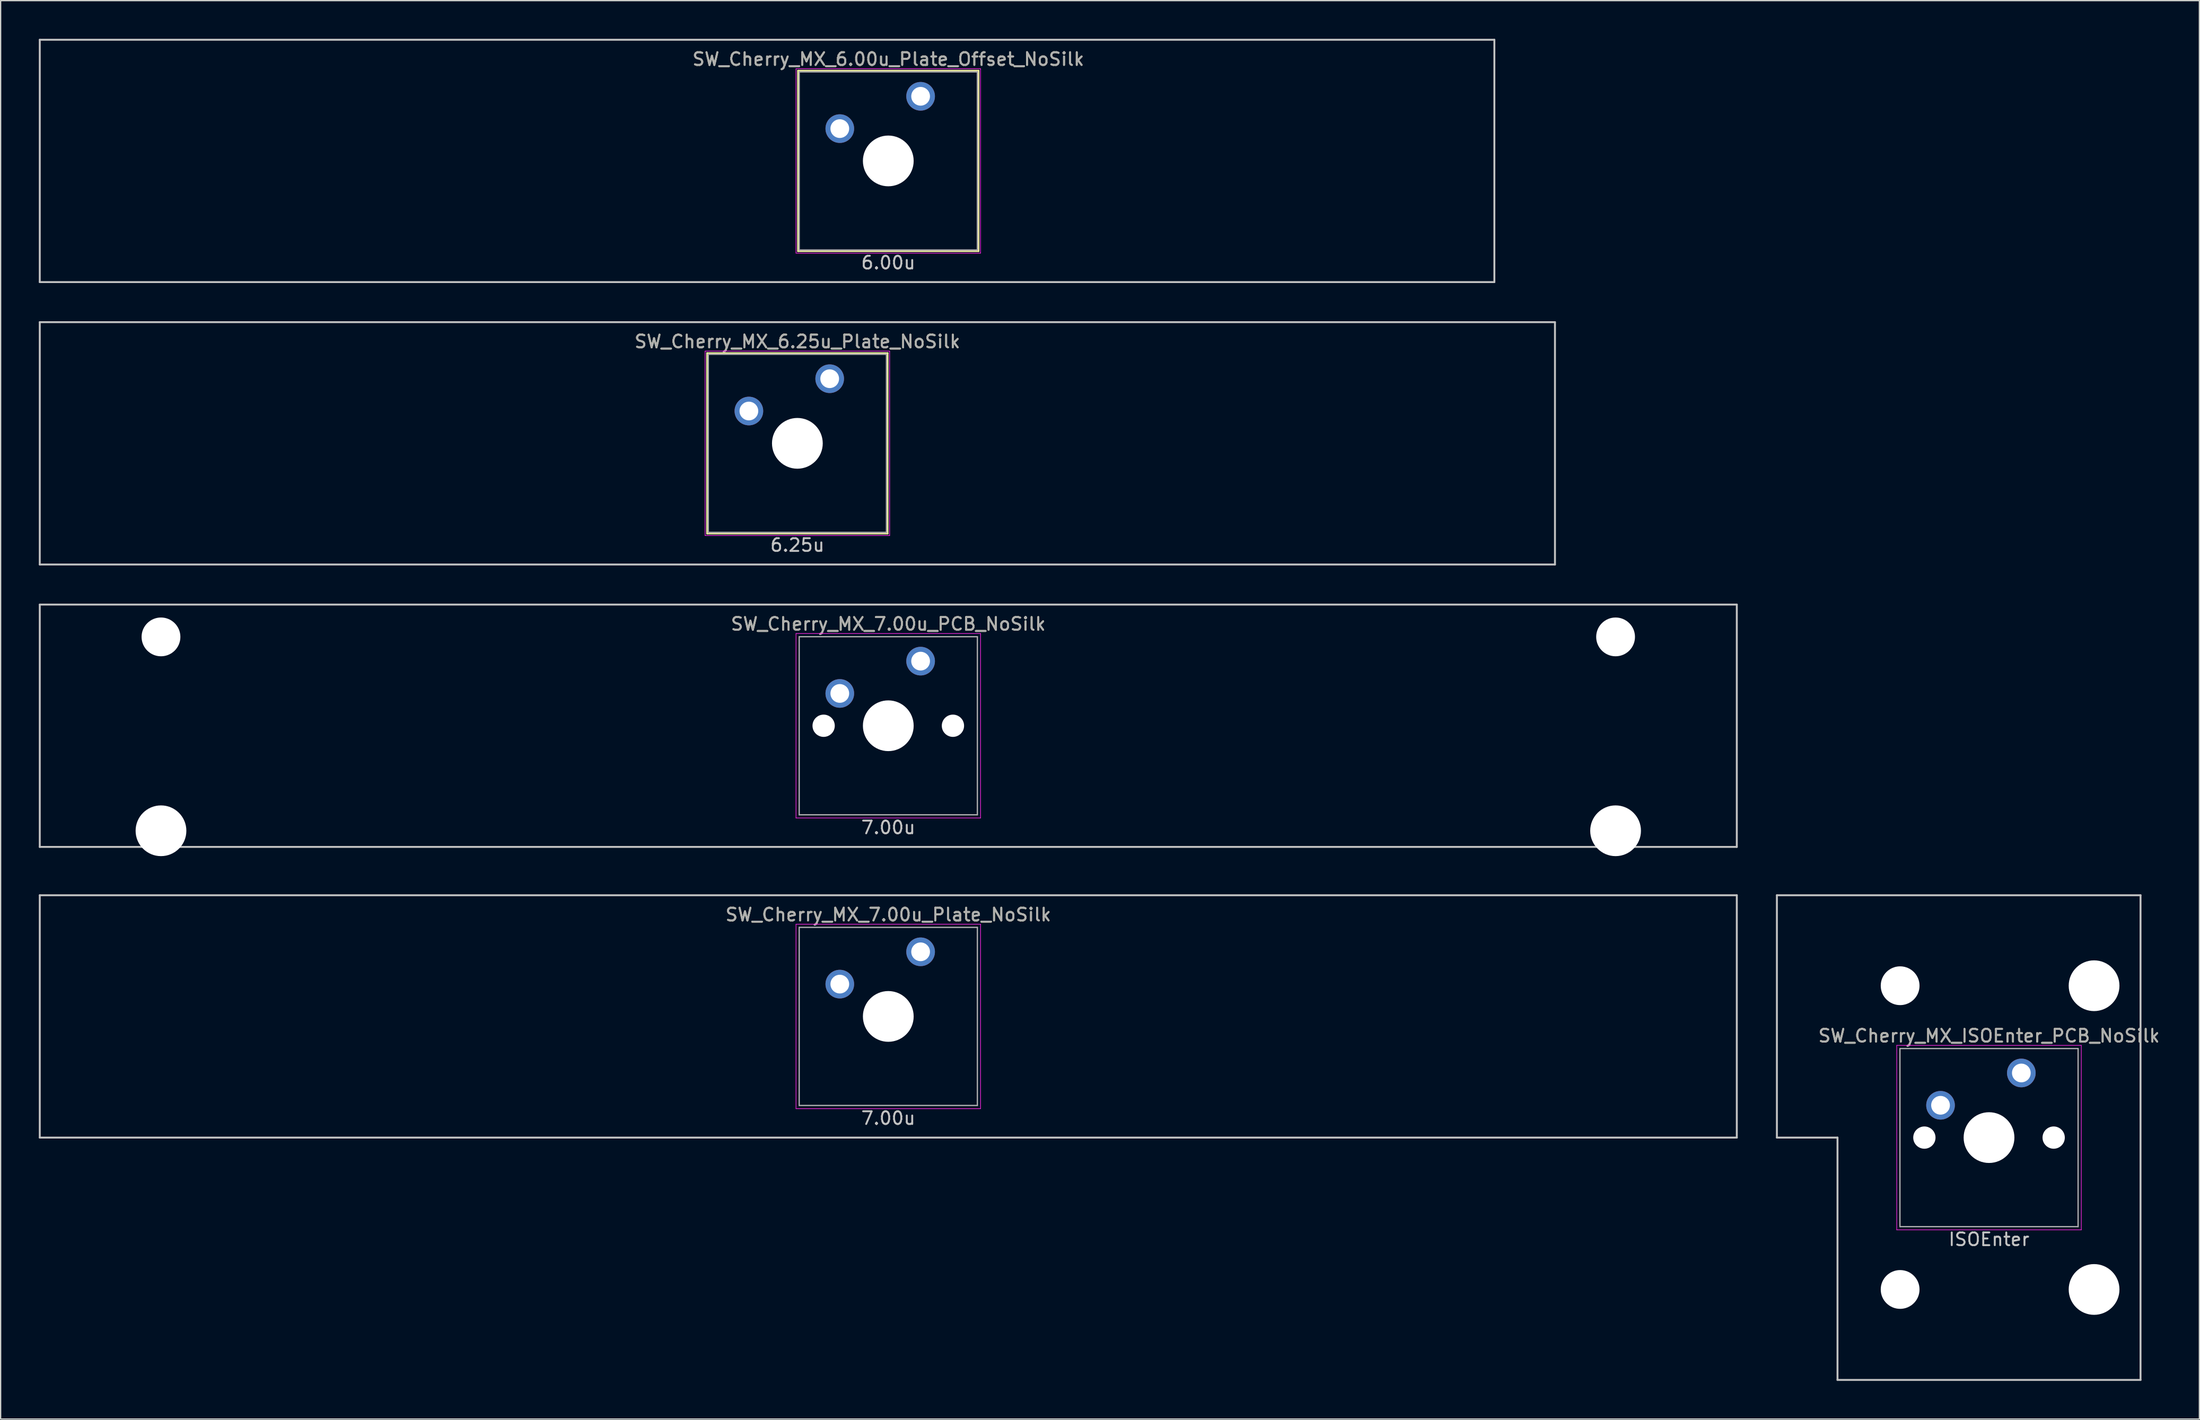
<source format=kicad_pcb>
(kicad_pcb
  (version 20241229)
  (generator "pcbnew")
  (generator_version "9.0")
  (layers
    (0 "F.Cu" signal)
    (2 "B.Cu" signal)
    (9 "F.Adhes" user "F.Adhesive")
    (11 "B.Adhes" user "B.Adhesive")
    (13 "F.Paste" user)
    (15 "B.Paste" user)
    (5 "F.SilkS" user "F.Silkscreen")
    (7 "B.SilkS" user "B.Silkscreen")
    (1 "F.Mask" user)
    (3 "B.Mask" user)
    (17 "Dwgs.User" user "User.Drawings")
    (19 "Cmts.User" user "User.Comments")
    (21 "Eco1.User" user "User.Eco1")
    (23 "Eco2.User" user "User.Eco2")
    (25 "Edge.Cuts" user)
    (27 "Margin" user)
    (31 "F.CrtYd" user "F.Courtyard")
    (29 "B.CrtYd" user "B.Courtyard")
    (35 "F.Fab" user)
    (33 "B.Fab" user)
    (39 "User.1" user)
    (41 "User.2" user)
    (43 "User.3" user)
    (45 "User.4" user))
  (footprint "SW_Cherry_MX_7.00u_Plate_NoSilk"
    (layer "F.Cu")
    (at 66.75 76.849)
    (property "Reference" "SW_Cherry_MX_7.00u_Plate_NoSilk" (at 0 -8 0) (layer "F.SilkS") (effects (font (size 1 1) (thickness 0.15))))
    (attr through_hole)
    (fp_line (start -66.675 -9.525) (end 66.675 -9.525) (stroke (width 0.15) (type solid)) (layer "Dwgs.User"))
    (fp_line (start -66.675 9.525) (end -66.675 -9.525) (stroke (width 0.15) (type solid)) (layer "Dwgs.User"))
    (fp_line (start -66.675 9.525) (end 66.675 9.525) (stroke (width 0.15) (type solid)) (layer "Dwgs.User"))
    (fp_line (start 66.675 -9.525) (end 66.675 9.525) (stroke (width 0.15) (type solid)) (layer "Dwgs.User"))
    (fp_line (start -7.25 -7.25) (end 7.25 -7.25) (stroke (width 0.05) (type solid)) (layer "F.CrtYd"))
    (fp_line (start -7.25 7.25) (end -7.25 -7.25) (stroke (width 0.05) (type solid)) (layer "F.CrtYd"))
    (fp_line (start 7.25 -7.25) (end 7.25 7.25) (stroke (width 0.05) (type solid)) (layer "F.CrtYd"))
    (fp_line (start 7.25 7.25) (end -7.25 7.25) (stroke (width 0.05) (type solid)) (layer "F.CrtYd"))
    (fp_line (start -7 -7) (end 7 -7) (stroke (width 0.1) (type solid)) (layer "F.Fab"))
    (fp_line (start -7 7) (end -7 -7) (stroke (width 0.1) (type solid)) (layer "F.Fab"))
    (fp_line (start 7 -7) (end 7 7) (stroke (width 0.1) (type solid)) (layer "F.Fab"))
    (fp_line (start 7 7) (end -7 7) (stroke (width 0.1) (type solid)) (layer "F.Fab"))
    (fp_text user "7.00u" (at 0 8 0) (layer "Dwgs.User") (effects (font (size 1 1) (thickness 0.15))))
    (fp_text user "${REFERENCE}" (at 0 -8 0) (layer "F.Fab") (effects (font (size 1 1) (thickness 0.15))))
    (pad "" np_thru_hole circle (at 0 0) (size 3.988 3.988) (drill 3.988) (layers "*.Cu" "*.Mask"))
    (pad "1" thru_hole circle (at -3.81 -2.54) (size 2.25 2.25) (drill 1.47) (layers "*.Cu" "B.Mask"))
    (pad "2" thru_hole circle (at 2.54 -5.08) (size 2.25 2.25) (drill 1.47) (layers "*.Cu" "B.Mask")))
  (footprint "SW_Cherry_MX_ISOEnter_PCB_NoSilk"
    (layer "F.Cu")
    (at 153.244 86.374)
    (property "Reference" "SW_Cherry_MX_ISOEnter_PCB_NoSilk" (at 0 -8 0) (layer "F.SilkS") (effects (font (size 1 1) (thickness 0.15))))
    (attr through_hole)
    (fp_line (start -16.669 -19.05) (end -16.669 0) (stroke (width 0.15) (type solid)) (layer "Dwgs.User"))
    (fp_line (start -16.669 -19.05) (end 11.906 -19.05) (stroke (width 0.15) (type solid)) (layer "Dwgs.User"))
    (fp_line (start -11.906 0) (end -16.669 0) (stroke (width 0.15) (type solid)) (layer "Dwgs.User"))
    (fp_line (start -11.906 19.05) (end -11.906 0) (stroke (width 0.15) (type solid)) (layer "Dwgs.User"))
    (fp_line (start -11.906 19.05) (end 11.906 19.05) (stroke (width 0.15) (type solid)) (layer "Dwgs.User"))
    (fp_line (start 11.906 -19.05) (end 11.906 19.05) (stroke (width 0.15) (type solid)) (layer "Dwgs.User"))
    (fp_line (start -7.25 -7.25) (end 7.25 -7.25) (stroke (width 0.05) (type solid)) (layer "F.CrtYd"))
    (fp_line (start -7.25 7.25) (end -7.25 -7.25) (stroke (width 0.05) (type solid)) (layer "F.CrtYd"))
    (fp_line (start 7.25 -7.25) (end 7.25 7.25) (stroke (width 0.05) (type solid)) (layer "F.CrtYd"))
    (fp_line (start 7.25 7.25) (end -7.25 7.25) (stroke (width 0.05) (type solid)) (layer "F.CrtYd"))
    (fp_line (start -7 -7) (end 7 -7) (stroke (width 0.1) (type solid)) (layer "F.Fab"))
    (fp_line (start -7 7) (end -7 -7) (stroke (width 0.1) (type solid)) (layer "F.Fab"))
    (fp_line (start 7 -7) (end 7 7) (stroke (width 0.1) (type solid)) (layer "F.Fab"))
    (fp_line (start 7 7) (end -7 7) (stroke (width 0.1) (type solid)) (layer "F.Fab"))
    (fp_text user "ISOEnter" (at 0 8 0) (layer "Dwgs.User") (effects (font (size 1 1) (thickness 0.15))))
    (fp_text user "${REFERENCE}" (at 0 -8 0) (layer "F.Fab") (effects (font (size 1 1) (thickness 0.15))))
    (pad "" np_thru_hole circle (at -6.985 -11.938) (size 3.048 3.048) (drill 3.048) (layers "*.Cu" "*.Mask"))
    (pad "" np_thru_hole circle (at -6.985 11.938) (size 3.048 3.048) (drill 3.048) (layers "*.Cu" "*.Mask"))
    (pad "" np_thru_hole circle (at -5.08 0 48.1) (size 1.75 1.75) (drill 1.75) (layers "*.Cu" "*.Mask"))
    (pad "" np_thru_hole circle (at 0 0) (size 3.988 3.988) (drill 3.988) (layers "*.Cu" "*.Mask"))
    (pad "" np_thru_hole circle (at 5.08 0 48.1) (size 1.75 1.75) (drill 1.75) (layers "*.Cu" "*.Mask"))
    (pad "" np_thru_hole circle (at 8.255 -11.938) (size 3.988 3.988) (drill 3.988) (layers "*.Cu" "*.Mask"))
    (pad "" np_thru_hole circle (at 8.255 11.938) (size 3.988 3.988) (drill 3.988) (layers "*.Cu" "*.Mask"))
    (pad "1" thru_hole circle (at -3.81 -2.54) (size 2.25 2.25) (drill 1.47) (layers "*.Cu" "B.Mask"))
    (pad "2" thru_hole circle (at 2.54 -5.08) (size 2.25 2.25) (drill 1.47) (layers "*.Cu" "B.Mask")))
  (footprint "SW_Cherry_MX_7.00u_PCB_NoSilk"
    (layer "F.Cu")
    (at 66.75 54)
    (property "Reference" "SW_Cherry_MX_7.00u_PCB_NoSilk" (at 0 -8 0) (layer "F.SilkS") (effects (font (size 1 1) (thickness 0.15))))
    (attr through_hole)
    (fp_line (start -66.675 -9.525) (end 66.675 -9.525) (stroke (width 0.15) (type solid)) (layer "Dwgs.User"))
    (fp_line (start -66.675 9.525) (end -66.675 -9.525) (stroke (width 0.15) (type solid)) (layer "Dwgs.User"))
    (fp_line (start -66.675 9.525) (end 66.675 9.525) (stroke (width 0.15) (type solid)) (layer "Dwgs.User"))
    (fp_line (start 66.675 -9.525) (end 66.675 9.525) (stroke (width 0.15) (type solid)) (layer "Dwgs.User"))
    (fp_line (start -7.25 -7.25) (end 7.25 -7.25) (stroke (width 0.05) (type solid)) (layer "F.CrtYd"))
    (fp_line (start -7.25 7.25) (end -7.25 -7.25) (stroke (width 0.05) (type solid)) (layer "F.CrtYd"))
    (fp_line (start 7.25 -7.25) (end 7.25 7.25) (stroke (width 0.05) (type solid)) (layer "F.CrtYd"))
    (fp_line (start 7.25 7.25) (end -7.25 7.25) (stroke (width 0.05) (type solid)) (layer "F.CrtYd"))
    (fp_line (start -7 -7) (end 7 -7) (stroke (width 0.1) (type solid)) (layer "F.Fab"))
    (fp_line (start -7 7) (end -7 -7) (stroke (width 0.1) (type solid)) (layer "F.Fab"))
    (fp_line (start 7 -7) (end 7 7) (stroke (width 0.1) (type solid)) (layer "F.Fab"))
    (fp_line (start 7 7) (end -7 7) (stroke (width 0.1) (type solid)) (layer "F.Fab"))
    (fp_text user "7.00u" (at 0 8 0) (layer "Dwgs.User") (effects (font (size 1 1) (thickness 0.15))))
    (fp_text user "${REFERENCE}" (at 0 -8 0) (layer "F.Fab") (effects (font (size 1 1) (thickness 0.15))))
    (pad "" np_thru_hole circle (at -57.15 -6.985) (size 3.048 3.048) (drill 3.048) (layers "*.Cu" "*.Mask"))
    (pad "" np_thru_hole circle (at -57.15 8.255) (size 3.988 3.988) (drill 3.988) (layers "*.Cu" "*.Mask"))
    (pad "" np_thru_hole circle (at -5.08 0 48.1) (size 1.75 1.75) (drill 1.75) (layers "*.Cu" "*.Mask"))
    (pad "" np_thru_hole circle (at 0 0) (size 3.988 3.988) (drill 3.988) (layers "*.Cu" "*.Mask"))
    (pad "" np_thru_hole circle (at 5.08 0 48.1) (size 1.75 1.75) (drill 1.75) (layers "*.Cu" "*.Mask"))
    (pad "" np_thru_hole circle (at 57.15 -6.985) (size 3.048 3.048) (drill 3.048) (layers "*.Cu" "*.Mask"))
    (pad "" np_thru_hole circle (at 57.15 8.255) (size 3.988 3.988) (drill 3.988) (layers "*.Cu" "*.Mask"))
    (pad "1" thru_hole circle (at -3.81 -2.54) (size 2.25 2.25) (drill 1.47) (layers "*.Cu" "B.Mask"))
    (pad "2" thru_hole circle (at 2.54 -5.08) (size 2.25 2.25) (drill 1.47) (layers "*.Cu" "B.Mask")))
  (footprint "SW_Cherry_MX_6.00u_Plate_Offset_NoSilk"
    (layer "F.Cu")
    (at 57.225 9.6)
    (property "Reference" "SW_Cherry_MX_6.00u_Plate_Offset_NoSilk" (at 9.525 -8 0) (layer "F.SilkS") (effects (font (size 1 1) (thickness 0.15))))
    (attr through_hole)
    (fp_line (start 2.425 -7.1) (end 16.625 -7.1) (stroke (width 0.12) (type solid)) (layer "F.SilkS"))
    (fp_line (start 2.425 7.1) (end 2.425 -7.1) (stroke (width 0.12) (type solid)) (layer "F.SilkS"))
    (fp_line (start 16.625 -7.1) (end 16.625 7.1) (stroke (width 0.12) (type solid)) (layer "F.SilkS"))
    (fp_line (start 16.625 7.1) (end 2.425 7.1) (stroke (width 0.12) (type solid)) (layer "F.SilkS"))
    (fp_line (start -57.15 -9.525) (end 57.15 -9.525) (stroke (width 0.15) (type solid)) (layer "Dwgs.User"))
    (fp_line (start -57.15 9.525) (end -57.15 -9.525) (stroke (width 0.15) (type solid)) (layer "Dwgs.User"))
    (fp_line (start -57.15 9.525) (end 57.15 9.525) (stroke (width 0.15) (type solid)) (layer "Dwgs.User"))
    (fp_line (start 57.15 -9.525) (end 57.15 9.525) (stroke (width 0.15) (type solid)) (layer "Dwgs.User"))
    (fp_line (start 2.275 -7.25) (end 16.775 -7.25) (stroke (width 0.05) (type solid)) (layer "F.CrtYd"))
    (fp_line (start 2.275 7.25) (end 2.275 -7.25) (stroke (width 0.05) (type solid)) (layer "F.CrtYd"))
    (fp_line (start 16.775 -7.25) (end 16.775 7.25) (stroke (width 0.05) (type solid)) (layer "F.CrtYd"))
    (fp_line (start 16.775 7.25) (end 2.275 7.25) (stroke (width 0.05) (type solid)) (layer "F.CrtYd"))
    (fp_line (start 2.525 -7) (end 16.525 -7) (stroke (width 0.1) (type solid)) (layer "F.Fab"))
    (fp_line (start 2.525 7) (end 2.525 -7) (stroke (width 0.1) (type solid)) (layer "F.Fab"))
    (fp_line (start 16.525 -7) (end 16.525 7) (stroke (width 0.1) (type solid)) (layer "F.Fab"))
    (fp_line (start 16.525 7) (end 2.525 7) (stroke (width 0.1) (type solid)) (layer "F.Fab"))
    (fp_text user "6.00u" (at 9.525 8 0) (layer "Dwgs.User") (effects (font (size 1 1) (thickness 0.15))))
    (fp_text user "${REFERENCE}" (at 9.525 -8 0) (layer "F.Fab") (effects (font (size 1 1) (thickness 0.15))))
    (pad "" np_thru_hole circle (at 9.525 0) (size 3.988 3.988) (drill 3.988) (layers "*.Cu" "*.Mask"))
    (pad "1" thru_hole circle (at 5.715 -2.54) (size 2.25 2.25) (drill 1.47) (layers "*.Cu" "B.Mask"))
    (pad "2" thru_hole circle (at 12.065 -5.08) (size 2.25 2.25) (drill 1.47) (layers "*.Cu" "B.Mask")))
  (footprint "SW_Cherry_MX_6.25u_Plate_NoSilk"
    (layer "F.Cu")
    (at 59.606 31.8)
    (property "Reference" "SW_Cherry_MX_6.25u_Plate_NoSilk" (at 0 -8 0) (layer "F.SilkS") (effects (font (size 1 1) (thickness 0.15))))
    (attr through_hole)
    (fp_line (start -7.1 -7.1) (end 7.1 -7.1) (stroke (width 0.12) (type solid)) (layer "F.SilkS"))
    (fp_line (start -7.1 7.1) (end -7.1 -7.1) (stroke (width 0.12) (type solid)) (layer "F.SilkS"))
    (fp_line (start 7.1 -7.1) (end 7.1 7.1) (stroke (width 0.12) (type solid)) (layer "F.SilkS"))
    (fp_line (start 7.1 7.1) (end -7.1 7.1) (stroke (width 0.12) (type solid)) (layer "F.SilkS"))
    (fp_line (start -59.531 -9.525) (end 59.531 -9.525) (stroke (width 0.15) (type solid)) (layer "Dwgs.User"))
    (fp_line (start -59.531 9.525) (end -59.531 -9.525) (stroke (width 0.15) (type solid)) (layer "Dwgs.User"))
    (fp_line (start -59.531 9.525) (end 59.531 9.525) (stroke (width 0.15) (type solid)) (layer "Dwgs.User"))
    (fp_line (start 59.531 -9.525) (end 59.531 9.525) (stroke (width 0.15) (type solid)) (layer "Dwgs.User"))
    (fp_line (start -7.25 -7.25) (end 7.25 -7.25) (stroke (width 0.05) (type solid)) (layer "F.CrtYd"))
    (fp_line (start -7.25 7.25) (end -7.25 -7.25) (stroke (width 0.05) (type solid)) (layer "F.CrtYd"))
    (fp_line (start 7.25 -7.25) (end 7.25 7.25) (stroke (width 0.05) (type solid)) (layer "F.CrtYd"))
    (fp_line (start 7.25 7.25) (end -7.25 7.25) (stroke (width 0.05) (type solid)) (layer "F.CrtYd"))
    (fp_line (start -7 -7) (end 7 -7) (stroke (width 0.1) (type solid)) (layer "F.Fab"))
    (fp_line (start -7 7) (end -7 -7) (stroke (width 0.1) (type solid)) (layer "F.Fab"))
    (fp_line (start 7 -7) (end 7 7) (stroke (width 0.1) (type solid)) (layer "F.Fab"))
    (fp_line (start 7 7) (end -7 7) (stroke (width 0.1) (type solid)) (layer "F.Fab"))
    (fp_text user "6.25u" (at 0 8 0) (layer "Dwgs.User") (effects (font (size 1 1) (thickness 0.15))))
    (fp_text user "${REFERENCE}" (at 0 -8 0) (layer "F.Fab") (effects (font (size 1 1) (thickness 0.15))))
    (pad "" np_thru_hole circle (at 0 0) (size 3.988 3.988) (drill 3.988) (layers "*.Cu" "*.Mask"))
    (pad "1" thru_hole circle (at -3.81 -2.54) (size 2.25 2.25) (drill 1.47) (layers "*.Cu" "B.Mask"))
    (pad "2" thru_hole circle (at 2.54 -5.08) (size 2.25 2.25) (drill 1.47) (layers "*.Cu" "B.Mask")))
  (gr_rect
    (start -3 -3)
    (end 169.774 108.499)
    (stroke (width 0.1) (type default))
    (fill no)
    (layer "Edge.Cuts")))
</source>
